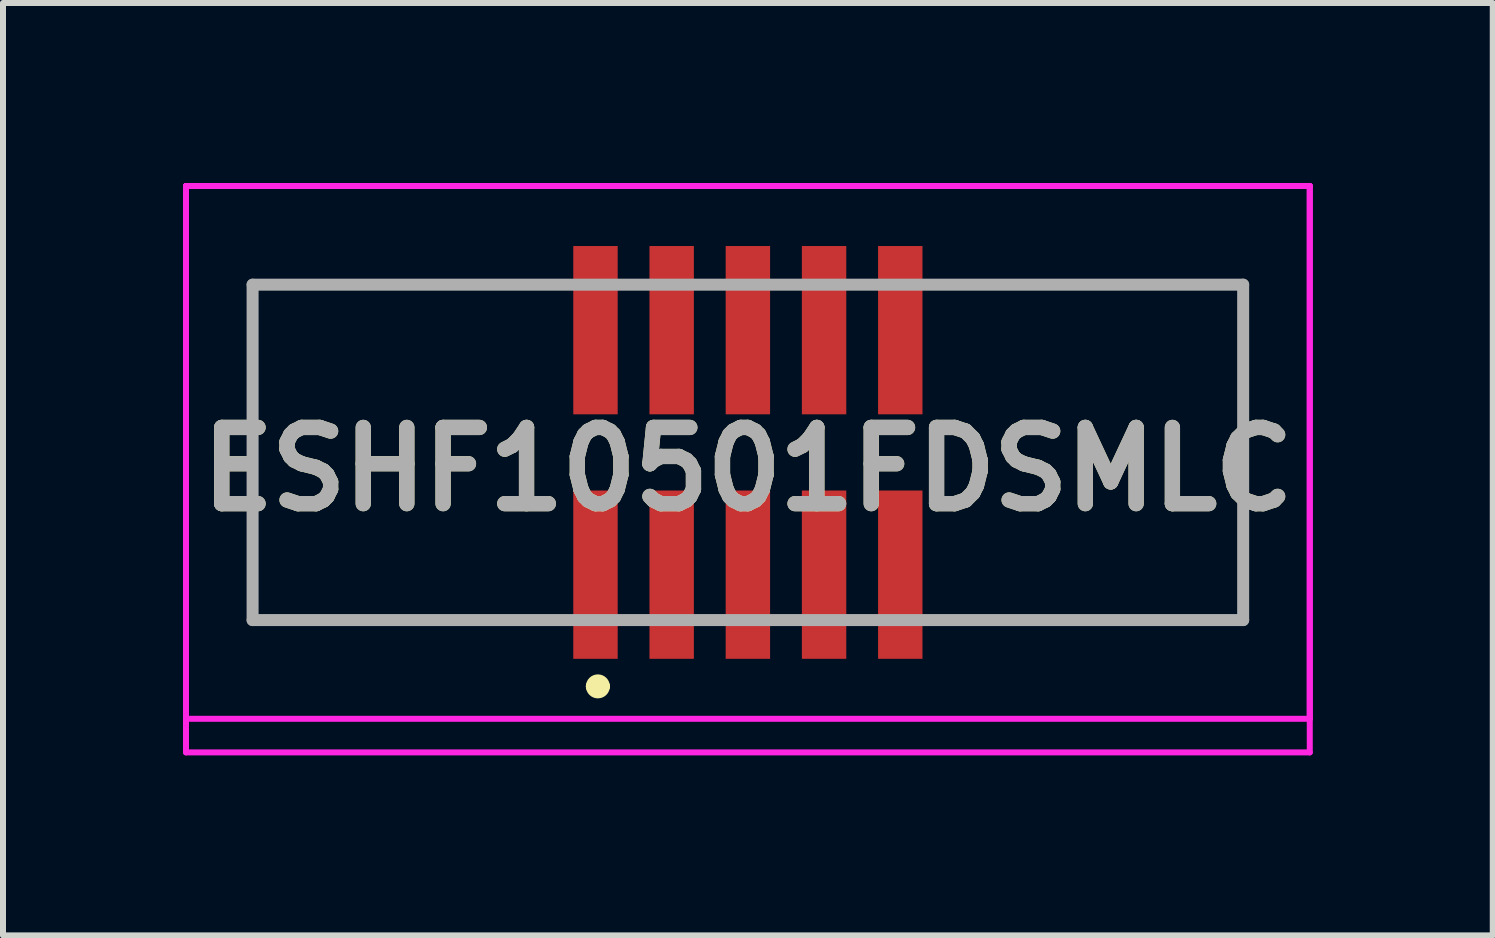
<source format=kicad_pcb>
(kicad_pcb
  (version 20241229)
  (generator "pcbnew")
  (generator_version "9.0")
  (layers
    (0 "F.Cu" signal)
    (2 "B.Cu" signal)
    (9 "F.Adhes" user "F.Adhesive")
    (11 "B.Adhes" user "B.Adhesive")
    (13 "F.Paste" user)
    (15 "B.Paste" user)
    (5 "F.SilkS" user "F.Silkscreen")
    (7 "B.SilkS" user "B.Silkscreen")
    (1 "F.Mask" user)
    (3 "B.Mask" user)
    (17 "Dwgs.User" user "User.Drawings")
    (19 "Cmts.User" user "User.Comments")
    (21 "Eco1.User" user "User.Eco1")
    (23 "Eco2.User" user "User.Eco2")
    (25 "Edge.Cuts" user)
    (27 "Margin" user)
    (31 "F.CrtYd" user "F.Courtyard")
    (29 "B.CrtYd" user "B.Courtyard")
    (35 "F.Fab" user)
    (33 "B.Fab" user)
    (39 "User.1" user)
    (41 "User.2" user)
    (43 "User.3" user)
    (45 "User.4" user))
  (footprint "ESHF10501FDSMLC"
    (layer "F.Cu")
    (at 9.415 4.49)
    (property "Reference" "ESHF10501FDSMLC" (at 0 0.28 0) (layer "F.SilkS") (effects (font (size 1.27 1.27) (thickness 0.254))))
    (attr through_hole)
    (fp_line (start -8.255 -2.795) (end -8.255 -1) (stroke (width 0.1) (type solid)) (layer "F.SilkS"))
    (fp_line (start -8.255 1) (end -8.255 2.795) (stroke (width 0.1) (type solid)) (layer "F.SilkS"))
    (fp_line (start -8.255 2.795) (end -3.5 2.795) (stroke (width 0.1) (type solid)) (layer "F.SilkS"))
    (fp_line (start -3.5 -2.795) (end -8.255 -2.795) (stroke (width 0.1) (type solid)) (layer "F.SilkS"))
    (fp_line (start -2.6 3.9) (end -2.6 3.9) (stroke (width 0.2) (type solid)) (layer "F.SilkS"))
    (fp_line (start -2.4 3.9) (end -2.4 3.9) (stroke (width 0.2) (type solid)) (layer "F.SilkS"))
    (fp_line (start 3.5 -2.795) (end 8.255 -2.795) (stroke (width 0.1) (type solid)) (layer "F.SilkS"))
    (fp_line (start 3.5 2.795) (end 8.255 2.795) (stroke (width 0.1) (type solid)) (layer "F.SilkS"))
    (fp_line (start 8.255 -2.795) (end 8.255 -1) (stroke (width 0.1) (type solid)) (layer "F.SilkS"))
    (fp_line (start 8.255 2.795) (end 8.255 1) (stroke (width 0.1) (type solid)) (layer "F.SilkS"))
    (fp_arc (start -2.6 3.9) (mid -2.5 3.8) (end -2.4 3.9) (stroke (width 0.2) (type solid)) (layer "F.SilkS"))
    (fp_arc (start -2.4 3.9) (mid -2.5 4) (end -2.6 3.9) (stroke (width 0.2) (type solid)) (layer "F.SilkS"))
    (fp_line (start -9.365 -4.44) (end 9.365 -4.44) (stroke (width 0.1) (type solid)) (layer "F.CrtYd"))
    (fp_line (start -9.365 -4.44) (end 9.365 -4.44) (stroke (width 0.1) (type solid)) (layer "F.CrtYd"))
    (fp_line (start -9.365 4.44) (end -9.365 -4.44) (stroke (width 0.1) (type solid)) (layer "F.CrtYd"))
    (fp_line (start -9.365 5) (end -9.365 -4.44) (stroke (width 0.1) (type solid)) (layer "F.CrtYd"))
    (fp_line (start 9.365 -4.44) (end 9.365 4.44) (stroke (width 0.1) (type solid)) (layer "F.CrtYd"))
    (fp_line (start 9.365 -4.44) (end 9.365 5) (stroke (width 0.1) (type solid)) (layer "F.CrtYd"))
    (fp_line (start 9.365 4.44) (end -9.365 4.44) (stroke (width 0.1) (type solid)) (layer "F.CrtYd"))
    (fp_line (start 9.365 5) (end -9.365 5) (stroke (width 0.1) (type solid)) (layer "F.CrtYd"))
    (fp_line (start -8.255 -2.795) (end 8.255 -2.795) (stroke (width 0.2) (type solid)) (layer "F.Fab"))
    (fp_line (start -8.255 2.795) (end -8.255 -2.795) (stroke (width 0.2) (type solid)) (layer "F.Fab"))
    (fp_line (start 8.255 -2.795) (end 8.255 2.795) (stroke (width 0.2) (type solid)) (layer "F.Fab"))
    (fp_line (start 8.255 2.795) (end -8.255 2.795) (stroke (width 0.2) (type solid)) (layer "F.Fab"))
    (fp_text user "${REFERENCE}" (at 0 0.28 0) (layer "F.Fab") (effects (font (size 1.27 1.27) (thickness 0.254))))
    (pad "" np_thru_hole circle (at -7.77 0) (size 0.001 0.001) (drill 1.19) (layers "*.Cu" "*.Mask"))
    (pad "" np_thru_hole circle (at 7.77 0) (size 0.001 0.001) (drill 1.19) (layers "*.Cu" "*.Mask"))
    (pad "1" smd rect (at -2.54 2.038) (size 0.74 2.805) (layers "F.Cu" "F.Mask" "F.Paste"))
    (pad "2" smd rect (at -2.54 -2.037) (size 0.74 2.805) (layers "F.Cu" "F.Mask" "F.Paste"))
    (pad "3" smd rect (at -1.27 2.038) (size 0.74 2.805) (layers "F.Cu" "F.Mask" "F.Paste"))
    (pad "4" smd rect (at -1.27 -2.037) (size 0.74 2.805) (layers "F.Cu" "F.Mask" "F.Paste"))
    (pad "5" smd rect (at 0 2.038) (size 0.74 2.805) (layers "F.Cu" "F.Mask" "F.Paste"))
    (pad "6" smd rect (at 0 -2.037) (size 0.74 2.805) (layers "F.Cu" "F.Mask" "F.Paste"))
    (pad "7" smd rect (at 1.27 2.038) (size 0.74 2.805) (layers "F.Cu" "F.Mask" "F.Paste"))
    (pad "8" smd rect (at 1.27 -2.037) (size 0.74 2.805) (layers "F.Cu" "F.Mask" "F.Paste"))
    (pad "9" smd rect (at 2.54 2.038) (size 0.74 2.805) (layers "F.Cu" "F.Mask" "F.Paste"))
    (pad "10" smd rect (at 2.54 -2.037) (size 0.74 2.805) (layers "F.Cu" "F.Mask" "F.Paste")))
  (gr_rect
    (start -3 -3)
    (end 21.83 12.54)
    (stroke (width 0.1) (type default))
    (fill no)
    (layer "Edge.Cuts")))
</source>
